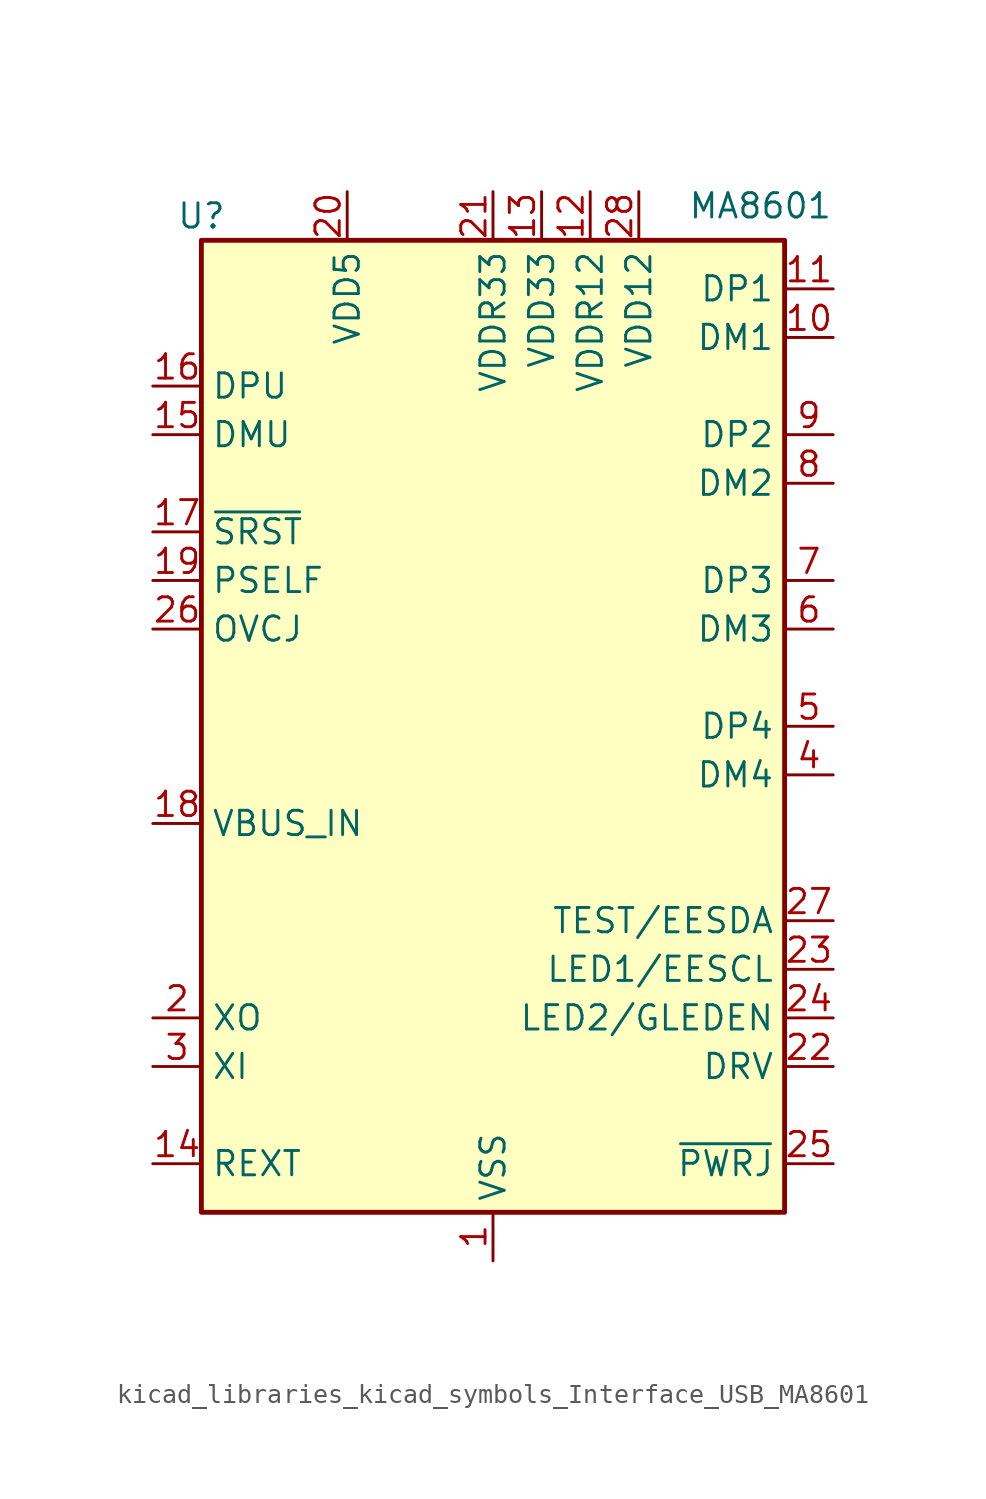
<source format=kicad_sym>
(kicad_symbol_lib
  (version 20220914)
  (generator kicad_symbol_editor)
  (symbol "kicad_libraries_kicad_symbols_Interface_USB_MA8601"
    (property "Reference" "U"
      (at -15.24 26.67 0)
      (effects (font (size 1.27 1.27))))
    (property "Value" "MA8601"
      (at 13.97 27.94 0)
      (effects (font (size 1.27 1.27)) (justify top)))
    (symbol "kicad_libraries_kicad_symbols_Interface_USB_MA8601_0_1"
      (rectangle (start -15.24 25.4) (end 15.24 -25.4) (stroke (width 0.254) (type default)) (fill (type background))))
    (symbol "kicad_libraries_kicad_symbols_Interface_USB_MA8601_1_1"
      (pin power_in line (at 0 -27.94 90) (length 2.54) (name "VSS" (effects (font (size 1.27 1.27)))) (number "1" (effects (font (size 1.27 1.27)))))
      (pin bidirectional line (at 17.78 20.32 180) (length 2.54) (name "DM1" (effects (font (size 1.27 1.27)))) (number "10" (effects (font (size 1.27 1.27)))))
      (pin bidirectional line (at 17.78 22.86 180) (length 2.54) (name "DP1" (effects (font (size 1.27 1.27)))) (number "11" (effects (font (size 1.27 1.27)))))
      (pin power_out line (at 5.08 27.94 270) (length 2.54) (name "VDDR12" (effects (font (size 1.27 1.27)))) (number "12" (effects (font (size 1.27 1.27)))))
      (pin power_in line (at 2.54 27.94 270) (length 2.54) (name "VDD33" (effects (font (size 1.27 1.27)))) (number "13" (effects (font (size 1.27 1.27)))))
      (pin passive line (at -17.78 -22.86 0) (length 2.54) (name "REXT" (effects (font (size 1.27 1.27)))) (number "14" (effects (font (size 1.27 1.27)))))
      (pin bidirectional line (at -17.78 15.24 0) (length 2.54) (name "DMU" (effects (font (size 1.27 1.27)))) (number "15" (effects (font (size 1.27 1.27)))))
      (pin bidirectional line (at -17.78 17.78 0) (length 2.54) (name "DPU" (effects (font (size 1.27 1.27)))) (number "16" (effects (font (size 1.27 1.27)))))
      (pin input line (at -17.78 10.16 0) (length 2.54) (name "~{SRST}" (effects (font (size 1.27 1.27)))) (number "17" (effects (font (size 1.27 1.27)))))
      (pin input line (at -17.78 -5.08 0) (length 2.54) (name "VBUS_IN" (effects (font (size 1.27 1.27)))) (number "18" (effects (font (size 1.27 1.27)))))
      (pin input line (at -17.78 7.62 0) (length 2.54) (name "PSELF" (effects (font (size 1.27 1.27)))) (number "19" (effects (font (size 1.27 1.27)))))
      (pin output line (at -17.78 -15.24 0) (length 2.54) (name "XO" (effects (font (size 1.27 1.27)))) (number "2" (effects (font (size 1.27 1.27)))))
      (pin power_in line (at -7.62 27.94 270) (length 2.54) (name "VDD5" (effects (font (size 1.27 1.27)))) (number "20" (effects (font (size 1.27 1.27)))))
      (pin power_out line (at 0 27.94 270) (length 2.54) (name "VDDR33" (effects (font (size 1.27 1.27)))) (number "21" (effects (font (size 1.27 1.27)))))
      (pin bidirectional line (at 17.78 -17.78 180) (length 2.54) (name "DRV" (effects (font (size 1.27 1.27)))) (number "22" (effects (font (size 1.27 1.27)))))
      (pin bidirectional line (at 17.78 -12.7 180) (length 2.54) (name "LED1/EESCL" (effects (font (size 1.27 1.27)))) (number "23" (effects (font (size 1.27 1.27)))))
      (pin bidirectional line (at 17.78 -15.24 180) (length 2.54) (name "LED2/GLEDEN" (effects (font (size 1.27 1.27)))) (number "24" (effects (font (size 1.27 1.27)))))
      (pin output line (at 17.78 -22.86 180) (length 2.54) (name "~{PWRJ}" (effects (font (size 1.27 1.27)))) (number "25" (effects (font (size 1.27 1.27)))))
      (pin input line (at -17.78 5.08 0) (length 2.54) (name "OVCJ" (effects (font (size 1.27 1.27)))) (number "26" (effects (font (size 1.27 1.27)))))
      (pin bidirectional line (at 17.78 -10.16 180) (length 2.54) (name "TEST/EESDA" (effects (font (size 1.27 1.27)))) (number "27" (effects (font (size 1.27 1.27)))))
      (pin power_in line (at 7.62 27.94 270) (length 2.54) (name "VDD12" (effects (font (size 1.27 1.27)))) (number "28" (effects (font (size 1.27 1.27)))))
      (pin input line (at -17.78 -17.78 0) (length 2.54) (name "XI" (effects (font (size 1.27 1.27)))) (number "3" (effects (font (size 1.27 1.27)))))
      (pin bidirectional line (at 17.78 -2.54 180) (length 2.54) (name "DM4" (effects (font (size 1.27 1.27)))) (number "4" (effects (font (size 1.27 1.27)))))
      (pin bidirectional line (at 17.78 0 180) (length 2.54) (name "DP4" (effects (font (size 1.27 1.27)))) (number "5" (effects (font (size 1.27 1.27)))))
      (pin bidirectional line (at 17.78 5.08 180) (length 2.54) (name "DM3" (effects (font (size 1.27 1.27)))) (number "6" (effects (font (size 1.27 1.27)))))
      (pin bidirectional line (at 17.78 7.62 180) (length 2.54) (name "DP3" (effects (font (size 1.27 1.27)))) (number "7" (effects (font (size 1.27 1.27)))))
      (pin bidirectional line (at 17.78 12.7 180) (length 2.54) (name "DM2" (effects (font (size 1.27 1.27)))) (number "8" (effects (font (size 1.27 1.27)))))
      (pin bidirectional line (at 17.78 15.24 180) (length 2.54) (name "DP2" (effects (font (size 1.27 1.27)))) (number "9" (effects (font (size 1.27 1.27))))))))
</source>
